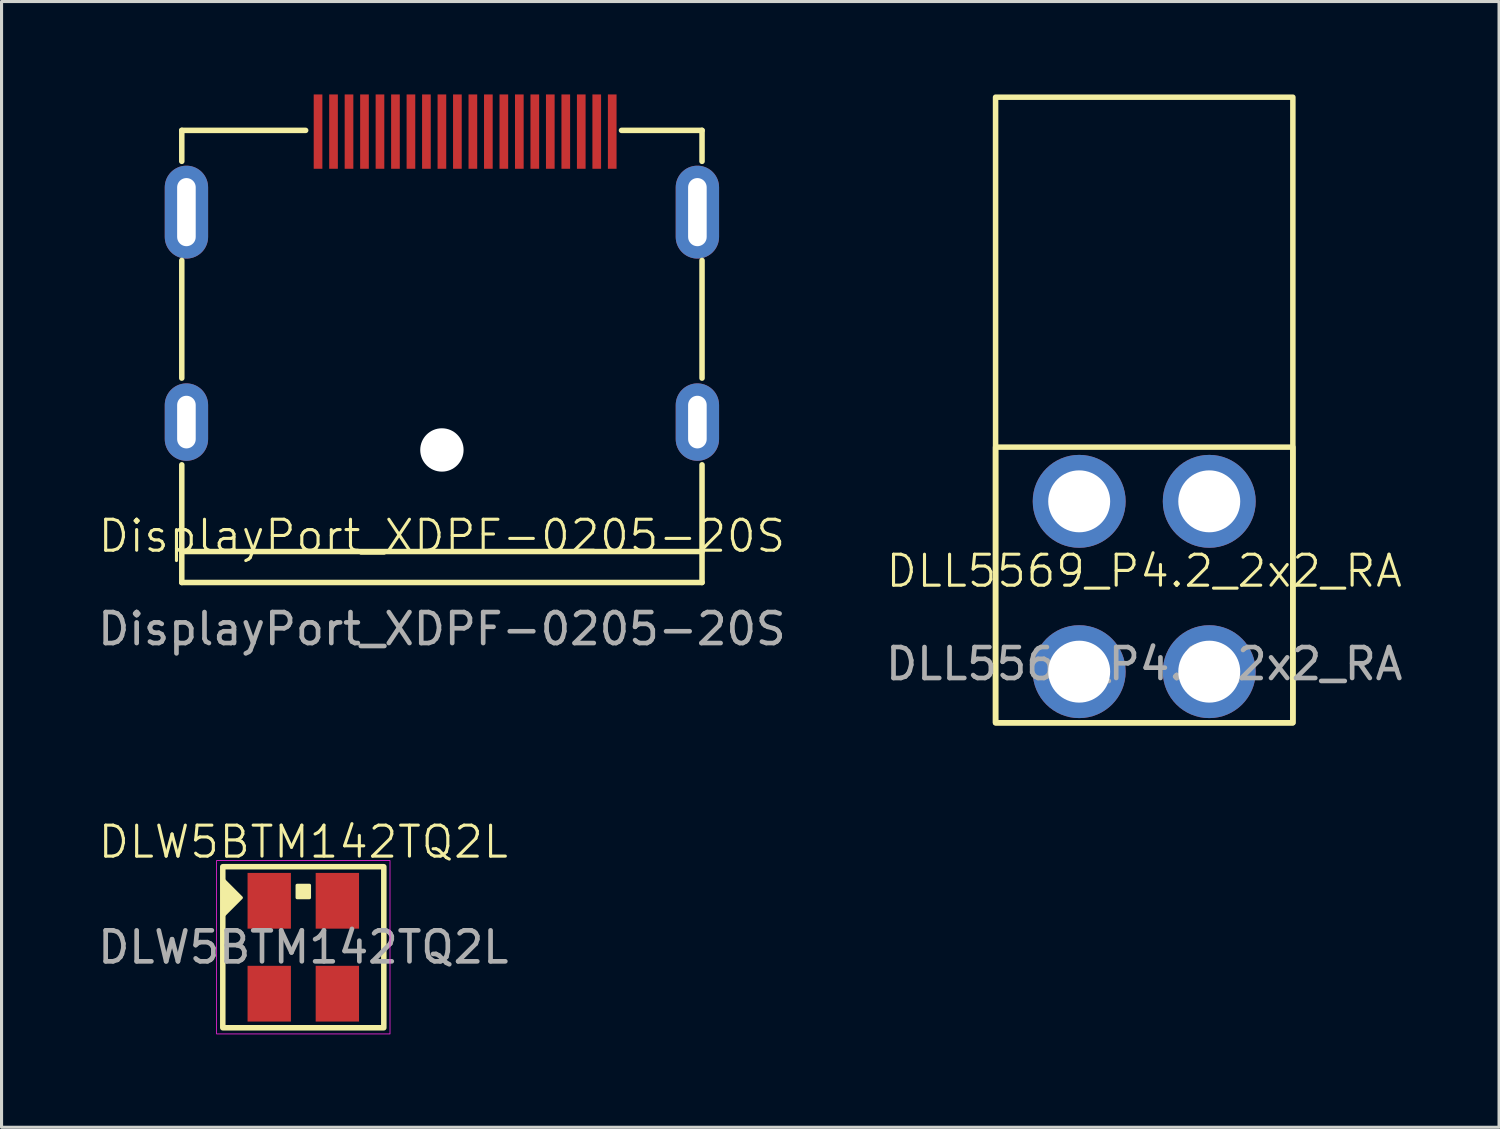
<source format=kicad_pcb>
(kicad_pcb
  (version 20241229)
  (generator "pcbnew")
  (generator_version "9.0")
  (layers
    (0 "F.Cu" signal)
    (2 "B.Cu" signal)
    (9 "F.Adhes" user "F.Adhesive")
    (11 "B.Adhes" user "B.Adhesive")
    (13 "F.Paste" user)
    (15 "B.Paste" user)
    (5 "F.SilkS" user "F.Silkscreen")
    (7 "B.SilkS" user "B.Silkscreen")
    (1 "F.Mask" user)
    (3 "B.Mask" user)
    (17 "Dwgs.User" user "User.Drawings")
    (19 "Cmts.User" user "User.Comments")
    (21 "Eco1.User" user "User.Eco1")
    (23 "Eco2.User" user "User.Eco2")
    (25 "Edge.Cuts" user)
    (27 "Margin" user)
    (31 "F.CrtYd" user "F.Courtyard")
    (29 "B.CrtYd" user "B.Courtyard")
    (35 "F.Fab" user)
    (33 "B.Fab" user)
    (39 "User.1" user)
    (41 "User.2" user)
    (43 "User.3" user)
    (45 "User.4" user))
  (footprint "DLL5569_P4.2_2x2_RA"
    (layer "F.Cu")
    (at 33.899 15.889)
    (property "Reference" "DLL5569_P4.2_2x2_RA" (at 0 -0.5 0) (unlocked yes) (layer "F.SilkS") (effects (font (size 1 1) (thickness 0.1))))
    (attr through_hole)
    (fp_rect (start -4.8 -4.5) (end 4.8 4.4) (stroke (width 0.178) (type default)) (fill no) (layer "F.SilkS"))
    (fp_rect (start -4.8 4.4) (end 4.8 -15.8) (stroke (width 0.178) (type default)) (fill no) (layer "F.SilkS"))
    (fp_text user "${REFERENCE}" (at 0 2.5 0) (unlocked yes) (layer "F.Fab") (effects (font (size 1 1) (thickness 0.15))))
    (pad "1" thru_hole circle (at -2.1 -2.75) (size 3 3) (drill 2) (layers "*.Cu" "*.Mask"))
    (pad "2" thru_hole circle (at 2.1 -2.75) (size 3 3) (drill 2) (layers "*.Cu" "*.Mask"))
    (pad "3" thru_hole circle (at -2.1 2.75) (size 3 3) (drill 2) (layers "*.Cu" "*.Mask"))
    (pad "4" thru_hole circle (at 2.1 2.75) (size 3 3) (drill 2) (layers "*.Cu" "*.Mask")))
  (footprint "DisplayPort_XDPF-0205-20S"
    (layer "F.Cu")
    (at 11.22 14.76)
    (property "Reference" "DisplayPort_XDPF-0205-20S" (at 0 -0.5 0) (unlocked yes) (layer "F.SilkS") (effects (font (size 1 1) (thickness 0.1))))
    (attr smd)
    (fp_line (start -8.4 -13.6) (end -8.4 -12.6) (stroke (width 0.178) (type default)) (layer "F.SilkS"))
    (fp_line (start -8.4 -9.4) (end -8.4 -5.6) (stroke (width 0.178) (type default)) (layer "F.SilkS"))
    (fp_line (start -8.4 -2.8) (end -8.4 1) (stroke (width 0.178) (type default)) (layer "F.SilkS"))
    (fp_line (start -8.4 0) (end 8.4 0) (stroke (width 0.178) (type default)) (layer "F.SilkS"))
    (fp_line (start -8.4 1) (end 8.4 1) (stroke (width 0.178) (type default)) (layer "F.SilkS"))
    (fp_line (start -4.4 -13.6) (end -8.4 -13.6) (stroke (width 0.178) (type default)) (layer "F.SilkS"))
    (fp_line (start 8.4 -13.6) (end 5.8 -13.6) (stroke (width 0.178) (type default)) (layer "F.SilkS"))
    (fp_line (start 8.4 -13.6) (end 8.4 -12.6) (stroke (width 0.178) (type default)) (layer "F.SilkS"))
    (fp_line (start 8.4 -9.4) (end 8.4 -5.6) (stroke (width 0.178) (type default)) (layer "F.SilkS"))
    (fp_line (start 8.4 1) (end 8.4 -2.8) (stroke (width 0.178) (type default)) (layer "F.SilkS"))
    (fp_text user "${REFERENCE}" (at 0 2.5 0) (unlocked yes) (layer "F.Fab") (effects (font (size 1 1) (thickness 0.15))))
    (pad "" np_thru_hole circle (at 0 -3.28) (size 1.4 1.4) (drill 1.4) (layers "*.Cu" "*.Mask"))
    (pad "1" smd rect (at 5.5 -13.56) (size 0.28 2.4) (layers "F.Cu" "F.Mask" "F.Paste"))
    (pad "2" smd rect (at 5 -13.56) (size 0.28 2.4) (layers "F.Cu" "F.Mask" "F.Paste"))
    (pad "3" smd rect (at 4.5 -13.56) (size 0.28 2.4) (layers "F.Cu" "F.Mask" "F.Paste"))
    (pad "4" smd rect (at 4 -13.56) (size 0.28 2.4) (layers "F.Cu" "F.Mask" "F.Paste"))
    (pad "5" smd rect (at 3.5 -13.56) (size 0.28 2.4) (layers "F.Cu" "F.Mask" "F.Paste"))
    (pad "6" smd rect (at 3 -13.56) (size 0.28 2.4) (layers "F.Cu" "F.Mask" "F.Paste"))
    (pad "7" smd rect (at 2.5 -13.56) (size 0.28 2.4) (layers "F.Cu" "F.Mask" "F.Paste"))
    (pad "8" smd rect (at 2 -13.56) (size 0.28 2.4) (layers "F.Cu" "F.Mask" "F.Paste"))
    (pad "9" smd rect (at 1.5 -13.56) (size 0.28 2.4) (layers "F.Cu" "F.Mask" "F.Paste"))
    (pad "10" smd rect (at 1 -13.56) (size 0.28 2.4) (layers "F.Cu" "F.Mask" "F.Paste"))
    (pad "11" smd rect (at 0.5 -13.56) (size 0.28 2.4) (layers "F.Cu" "F.Mask" "F.Paste"))
    (pad "12" smd rect (at 0 -13.56) (size 0.28 2.4) (layers "F.Cu" "F.Mask" "F.Paste"))
    (pad "13" smd rect (at -0.5 -13.56) (size 0.28 2.4) (layers "F.Cu" "F.Mask" "F.Paste"))
    (pad "14" smd rect (at -1 -13.56) (size 0.28 2.4) (layers "F.Cu" "F.Mask" "F.Paste"))
    (pad "15" smd rect (at -1.5 -13.56) (size 0.28 2.4) (layers "F.Cu" "F.Mask" "F.Paste"))
    (pad "16" smd rect (at -2 -13.56) (size 0.28 2.4) (layers "F.Cu" "F.Mask" "F.Paste"))
    (pad "17" smd rect (at -2.5 -13.56) (size 0.28 2.4) (layers "F.Cu" "F.Mask" "F.Paste"))
    (pad "18" smd rect (at -3 -13.56) (size 0.28 2.4) (layers "F.Cu" "F.Mask" "F.Paste"))
    (pad "19" smd rect (at -3.5 -13.56) (size 0.28 2.4) (layers "F.Cu" "F.Mask" "F.Paste"))
    (pad "20" smd rect (at -4 -13.56) (size 0.28 2.4) (layers "F.Cu" "F.Mask" "F.Paste"))
    (pad "SH" thru_hole oval (at -8.25 -10.96) (size 1.4 3) (drill oval 0.6 2.2) (layers "*.Cu" "*.Mask"))
    (pad "SH" thru_hole oval (at -8.25 -4.18) (size 1.4 2.5) (drill oval 0.6 1.7) (layers "*.Cu" "*.Mask"))
    (pad "SH" thru_hole oval (at 8.25 -10.96) (size 1.4 3) (drill oval 0.6 2.2) (layers "*.Cu" "*.Mask"))
    (pad "SH" thru_hole oval (at 8.25 -4.18) (size 1.4 2.5) (drill oval 0.6 1.7) (layers "*.Cu" "*.Mask")))
  (footprint "DLW5BTM142TQ2L"
    (layer "F.Cu")
    (at 6.744 27.538)
    (property "Reference" "DLW5BTM142TQ2L" (at 0 -3.4 0) (unlocked yes) (layer "F.SilkS") (effects (font (size 1 1) (thickness 0.1))))
    (attr smd)
    (fp_rect (start -2.6 -2.6) (end 2.6 2.6) (stroke (width 0.178) (type default)) (fill no) (layer "F.SilkS"))
    (fp_poly (pts (xy -2 -1.6) (xy -2.6 -2.2) (xy -2.6 -1)) (stroke (width 0.1) (type solid)) (fill yes) (layer "F.SilkS"))
    (fp_poly (pts (xy -0.2 -2) (xy -0.2 -1.6) (xy 0.2 -1.6) (xy 0.2 -2)) (stroke (width 0.1) (type solid)) (fill yes) (layer "F.SilkS"))
    (fp_rect (start -2.8 -2.8) (end 2.8 2.8) (stroke (width 0.025) (type default)) (fill no) (layer "F.CrtYd"))
    (fp_text user "${REFERENCE}" (at 0 0 0) (unlocked yes) (layer "F.Fab") (effects (font (size 1 1) (thickness 0.15))))
    (pad "1" smd rect (at -1.1 -1.5) (size 1.4 1.8) (layers "F.Cu" "F.Mask" "F.Paste"))
    (pad "2" smd rect (at 1.1 -1.5) (size 1.4 1.8) (layers "F.Cu" "F.Mask" "F.Paste"))
    (pad "3" smd rect (at 1.1 1.5) (size 1.4 1.8) (layers "F.Cu" "F.Mask" "F.Paste"))
    (pad "4" smd rect (at -1.1 1.5) (size 1.4 1.8) (layers "F.Cu" "F.Mask" "F.Paste")))
  (gr_rect
    (start -3 -3)
    (end 45.357 33.351)
    (stroke (width 0.1) (type default))
    (fill no)
    (layer "Edge.Cuts")))
</source>
